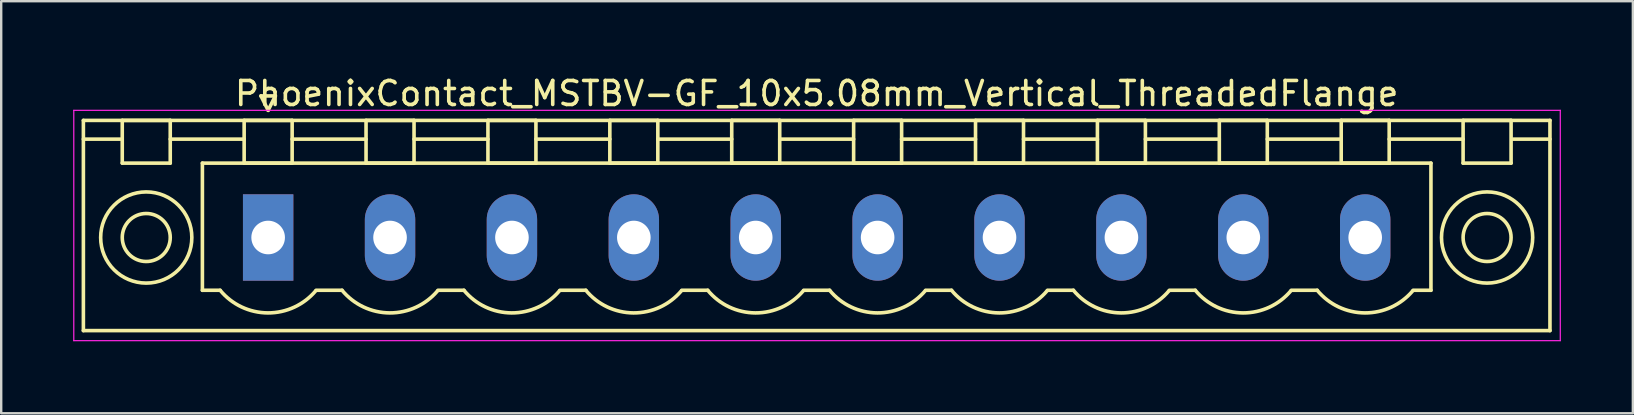
<source format=kicad_pcb>
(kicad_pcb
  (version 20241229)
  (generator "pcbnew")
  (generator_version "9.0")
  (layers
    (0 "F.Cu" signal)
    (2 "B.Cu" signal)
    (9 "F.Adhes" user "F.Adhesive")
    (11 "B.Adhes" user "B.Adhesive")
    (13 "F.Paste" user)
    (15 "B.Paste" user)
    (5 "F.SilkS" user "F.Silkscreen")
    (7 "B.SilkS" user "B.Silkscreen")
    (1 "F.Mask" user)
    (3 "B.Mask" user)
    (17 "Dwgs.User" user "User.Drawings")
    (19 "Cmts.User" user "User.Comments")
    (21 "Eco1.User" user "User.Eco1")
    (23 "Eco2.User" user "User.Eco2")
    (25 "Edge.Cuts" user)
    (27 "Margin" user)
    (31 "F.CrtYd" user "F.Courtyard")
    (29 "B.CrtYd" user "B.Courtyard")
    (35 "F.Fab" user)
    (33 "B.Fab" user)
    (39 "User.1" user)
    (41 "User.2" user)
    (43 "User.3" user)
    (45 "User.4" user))
  (footprint "PhoenixContact_MSTBV-GF_10x5.08mm_Vertical_ThreadedFlange"
    (layer "F.Cu")
    (at 8.125 6.848)
    (property "Reference" "PhoenixContact_MSTBV-GF_10x5.08mm_Vertical_ThreadedFlange" (at 22.86 -6 0) (layer "F.SilkS") (effects (font (size 1 1) (thickness 0.15))))
    (attr through_hole)
    (fp_line (start -7.7 -4.88) (end -7.7 3.88) (stroke (width 0.15) (type solid)) (layer "F.SilkS"))
    (fp_line (start -7.7 -4.1) (end -6.16 -4.1) (stroke (width 0.15) (type solid)) (layer "F.SilkS"))
    (fp_line (start -7.7 3.88) (end 53.42 3.88) (stroke (width 0.15) (type solid)) (layer "F.SilkS"))
    (fp_line (start -6.08 -4.88) (end -4.08 -4.88) (stroke (width 0.15) (type solid)) (layer "F.SilkS"))
    (fp_line (start -6.08 -3.1) (end -6.08 -4.88) (stroke (width 0.15) (type solid)) (layer "F.SilkS"))
    (fp_line (start -4.08 -4.88) (end -4.08 -3.1) (stroke (width 0.15) (type solid)) (layer "F.SilkS"))
    (fp_line (start -4.08 -4.1) (end -1 -4.1) (stroke (width 0.15) (type solid)) (layer "F.SilkS"))
    (fp_line (start -4.08 -3.1) (end -6.08 -3.1) (stroke (width 0.15) (type solid)) (layer "F.SilkS"))
    (fp_line (start -2.74 -3.1) (end 48.46 -3.1) (stroke (width 0.15) (type solid)) (layer "F.SilkS"))
    (fp_line (start -2.74 2.2) (end -2.74 -3.1) (stroke (width 0.15) (type solid)) (layer "F.SilkS"))
    (fp_line (start -2 2.2) (end -2.74 2.2) (stroke (width 0.15) (type solid)) (layer "F.SilkS"))
    (fp_line (start -1 -4.88) (end 1 -4.88) (stroke (width 0.15) (type solid)) (layer "F.SilkS"))
    (fp_line (start -1 -3.1) (end -1 -4.88) (stroke (width 0.15) (type solid)) (layer "F.SilkS"))
    (fp_line (start -0.3 -5.9) (end 0 -5.3) (stroke (width 0.15) (type solid)) (layer "F.SilkS"))
    (fp_line (start 0 -5.3) (end 0.3 -5.9) (stroke (width 0.15) (type solid)) (layer "F.SilkS"))
    (fp_line (start 0.3 -5.9) (end -0.3 -5.9) (stroke (width 0.15) (type solid)) (layer "F.SilkS"))
    (fp_line (start 1 -4.88) (end 1 -3.1) (stroke (width 0.15) (type solid)) (layer "F.SilkS"))
    (fp_line (start 1 -4.1) (end 4.08 -4.1) (stroke (width 0.15) (type solid)) (layer "F.SilkS"))
    (fp_line (start 1 -3.1) (end -1 -3.1) (stroke (width 0.15) (type solid)) (layer "F.SilkS"))
    (fp_line (start 2 2.2) (end 3.08 2.2) (stroke (width 0.15) (type solid)) (layer "F.SilkS"))
    (fp_line (start 4.08 -4.88) (end 6.08 -4.88) (stroke (width 0.15) (type solid)) (layer "F.SilkS"))
    (fp_line (start 4.08 -3.1) (end 4.08 -4.88) (stroke (width 0.15) (type solid)) (layer "F.SilkS"))
    (fp_line (start 6.08 -4.88) (end 6.08 -3.1) (stroke (width 0.15) (type solid)) (layer "F.SilkS"))
    (fp_line (start 6.08 -4.1) (end 9.16 -4.1) (stroke (width 0.15) (type solid)) (layer "F.SilkS"))
    (fp_line (start 6.08 -3.1) (end 4.08 -3.1) (stroke (width 0.15) (type solid)) (layer "F.SilkS"))
    (fp_line (start 7.08 2.2) (end 8.16 2.2) (stroke (width 0.15) (type solid)) (layer "F.SilkS"))
    (fp_line (start 9.16 -4.88) (end 11.16 -4.88) (stroke (width 0.15) (type solid)) (layer "F.SilkS"))
    (fp_line (start 9.16 -3.1) (end 9.16 -4.88) (stroke (width 0.15) (type solid)) (layer "F.SilkS"))
    (fp_line (start 11.16 -4.88) (end 11.16 -3.1) (stroke (width 0.15) (type solid)) (layer "F.SilkS"))
    (fp_line (start 11.16 -4.1) (end 14.24 -4.1) (stroke (width 0.15) (type solid)) (layer "F.SilkS"))
    (fp_line (start 11.16 -3.1) (end 9.16 -3.1) (stroke (width 0.15) (type solid)) (layer "F.SilkS"))
    (fp_line (start 12.16 2.2) (end 13.24 2.2) (stroke (width 0.15) (type solid)) (layer "F.SilkS"))
    (fp_line (start 14.24 -4.88) (end 16.24 -4.88) (stroke (width 0.15) (type solid)) (layer "F.SilkS"))
    (fp_line (start 14.24 -3.1) (end 14.24 -4.88) (stroke (width 0.15) (type solid)) (layer "F.SilkS"))
    (fp_line (start 16.24 -4.88) (end 16.24 -3.1) (stroke (width 0.15) (type solid)) (layer "F.SilkS"))
    (fp_line (start 16.24 -4.1) (end 19.32 -4.1) (stroke (width 0.15) (type solid)) (layer "F.SilkS"))
    (fp_line (start 16.24 -3.1) (end 14.24 -3.1) (stroke (width 0.15) (type solid)) (layer "F.SilkS"))
    (fp_line (start 17.24 2.2) (end 18.32 2.2) (stroke (width 0.15) (type solid)) (layer "F.SilkS"))
    (fp_line (start 19.32 -4.88) (end 21.32 -4.88) (stroke (width 0.15) (type solid)) (layer "F.SilkS"))
    (fp_line (start 19.32 -3.1) (end 19.32 -4.88) (stroke (width 0.15) (type solid)) (layer "F.SilkS"))
    (fp_line (start 21.32 -4.88) (end 21.32 -3.1) (stroke (width 0.15) (type solid)) (layer "F.SilkS"))
    (fp_line (start 21.32 -4.1) (end 24.4 -4.1) (stroke (width 0.15) (type solid)) (layer "F.SilkS"))
    (fp_line (start 21.32 -3.1) (end 19.32 -3.1) (stroke (width 0.15) (type solid)) (layer "F.SilkS"))
    (fp_line (start 22.32 2.2) (end 23.4 2.2) (stroke (width 0.15) (type solid)) (layer "F.SilkS"))
    (fp_line (start 24.4 -4.88) (end 26.4 -4.88) (stroke (width 0.15) (type solid)) (layer "F.SilkS"))
    (fp_line (start 24.4 -3.1) (end 24.4 -4.88) (stroke (width 0.15) (type solid)) (layer "F.SilkS"))
    (fp_line (start 26.4 -4.88) (end 26.4 -3.1) (stroke (width 0.15) (type solid)) (layer "F.SilkS"))
    (fp_line (start 26.4 -4.1) (end 29.48 -4.1) (stroke (width 0.15) (type solid)) (layer "F.SilkS"))
    (fp_line (start 26.4 -3.1) (end 24.4 -3.1) (stroke (width 0.15) (type solid)) (layer "F.SilkS"))
    (fp_line (start 27.4 2.2) (end 28.48 2.2) (stroke (width 0.15) (type solid)) (layer "F.SilkS"))
    (fp_line (start 29.48 -4.88) (end 31.48 -4.88) (stroke (width 0.15) (type solid)) (layer "F.SilkS"))
    (fp_line (start 29.48 -3.1) (end 29.48 -4.88) (stroke (width 0.15) (type solid)) (layer "F.SilkS"))
    (fp_line (start 31.48 -4.88) (end 31.48 -3.1) (stroke (width 0.15) (type solid)) (layer "F.SilkS"))
    (fp_line (start 31.48 -4.1) (end 34.56 -4.1) (stroke (width 0.15) (type solid)) (layer "F.SilkS"))
    (fp_line (start 31.48 -3.1) (end 29.48 -3.1) (stroke (width 0.15) (type solid)) (layer "F.SilkS"))
    (fp_line (start 32.48 2.2) (end 33.56 2.2) (stroke (width 0.15) (type solid)) (layer "F.SilkS"))
    (fp_line (start 34.56 -4.88) (end 36.56 -4.88) (stroke (width 0.15) (type solid)) (layer "F.SilkS"))
    (fp_line (start 34.56 -3.1) (end 34.56 -4.88) (stroke (width 0.15) (type solid)) (layer "F.SilkS"))
    (fp_line (start 36.56 -4.88) (end 36.56 -3.1) (stroke (width 0.15) (type solid)) (layer "F.SilkS"))
    (fp_line (start 36.56 -4.1) (end 39.64 -4.1) (stroke (width 0.15) (type solid)) (layer "F.SilkS"))
    (fp_line (start 36.56 -3.1) (end 34.56 -3.1) (stroke (width 0.15) (type solid)) (layer "F.SilkS"))
    (fp_line (start 37.56 2.2) (end 38.64 2.2) (stroke (width 0.15) (type solid)) (layer "F.SilkS"))
    (fp_line (start 39.64 -4.88) (end 41.64 -4.88) (stroke (width 0.15) (type solid)) (layer "F.SilkS"))
    (fp_line (start 39.64 -3.1) (end 39.64 -4.88) (stroke (width 0.15) (type solid)) (layer "F.SilkS"))
    (fp_line (start 41.64 -4.88) (end 41.64 -3.1) (stroke (width 0.15) (type solid)) (layer "F.SilkS"))
    (fp_line (start 41.64 -4.1) (end 44.72 -4.1) (stroke (width 0.15) (type solid)) (layer "F.SilkS"))
    (fp_line (start 41.64 -3.1) (end 39.64 -3.1) (stroke (width 0.15) (type solid)) (layer "F.SilkS"))
    (fp_line (start 42.64 2.2) (end 43.72 2.2) (stroke (width 0.15) (type solid)) (layer "F.SilkS"))
    (fp_line (start 44.72 -4.88) (end 46.72 -4.88) (stroke (width 0.15) (type solid)) (layer "F.SilkS"))
    (fp_line (start 44.72 -3.1) (end 44.72 -4.88) (stroke (width 0.15) (type solid)) (layer "F.SilkS"))
    (fp_line (start 46.72 -4.88) (end 46.72 -3.1) (stroke (width 0.15) (type solid)) (layer "F.SilkS"))
    (fp_line (start 46.72 -4.1) (end 49.8 -4.1) (stroke (width 0.15) (type solid)) (layer "F.SilkS"))
    (fp_line (start 46.72 -3.1) (end 44.72 -3.1) (stroke (width 0.15) (type solid)) (layer "F.SilkS"))
    (fp_line (start 48.46 -3.1) (end 48.46 2.2) (stroke (width 0.15) (type solid)) (layer "F.SilkS"))
    (fp_line (start 48.46 2.2) (end 47.72 2.2) (stroke (width 0.15) (type solid)) (layer "F.SilkS"))
    (fp_line (start 49.8 -4.88) (end 51.8 -4.88) (stroke (width 0.15) (type solid)) (layer "F.SilkS"))
    (fp_line (start 49.8 -3.1) (end 49.8 -4.88) (stroke (width 0.15) (type solid)) (layer "F.SilkS"))
    (fp_line (start 51.8 -4.88) (end 51.8 -3.1) (stroke (width 0.15) (type solid)) (layer "F.SilkS"))
    (fp_line (start 51.8 -3.1) (end 49.8 -3.1) (stroke (width 0.15) (type solid)) (layer "F.SilkS"))
    (fp_line (start 53.42 -4.88) (end -7.7 -4.88) (stroke (width 0.15) (type solid)) (layer "F.SilkS"))
    (fp_line (start 53.42 -4.1) (end 51.88 -4.1) (stroke (width 0.15) (type solid)) (layer "F.SilkS"))
    (fp_line (start 53.42 3.88) (end 53.42 -4.88) (stroke (width 0.15) (type solid)) (layer "F.SilkS"))
    (fp_arc (start 1.986842 2.215821) (mid -0.010289 3.142758) (end -2 2.2) (stroke (width 0.15) (type solid)) (layer "F.SilkS"))
    (fp_arc (start 7.066842 2.215821) (mid 5.069711 3.142758) (end 3.08 2.2) (stroke (width 0.15) (type solid)) (layer "F.SilkS"))
    (fp_arc (start 12.146842 2.215821) (mid 10.149711 3.142758) (end 8.16 2.2) (stroke (width 0.15) (type solid)) (layer "F.SilkS"))
    (fp_arc (start 17.226842 2.215821) (mid 15.229711 3.142758) (end 13.24 2.2) (stroke (width 0.15) (type solid)) (layer "F.SilkS"))
    (fp_arc (start 22.306842 2.215821) (mid 20.309711 3.142758) (end 18.32 2.2) (stroke (width 0.15) (type solid)) (layer "F.SilkS"))
    (fp_arc (start 27.386842 2.215821) (mid 25.389711 3.142758) (end 23.4 2.2) (stroke (width 0.15) (type solid)) (layer "F.SilkS"))
    (fp_arc (start 32.466842 2.215821) (mid 30.469711 3.142758) (end 28.48 2.2) (stroke (width 0.15) (type solid)) (layer "F.SilkS"))
    (fp_arc (start 37.546842 2.215821) (mid 35.549711 3.142758) (end 33.56 2.2) (stroke (width 0.15) (type solid)) (layer "F.SilkS"))
    (fp_arc (start 42.626842 2.215821) (mid 40.629711 3.142758) (end 38.64 2.2) (stroke (width 0.15) (type solid)) (layer "F.SilkS"))
    (fp_arc (start 47.706842 2.215821) (mid 45.709711 3.142758) (end 43.72 2.2) (stroke (width 0.15) (type solid)) (layer "F.SilkS"))
    (fp_circle (center -5.08 0) (end -4.08 0) (stroke (width 0.15) (type solid)) (fill no) (layer "F.SilkS"))
    (fp_circle (center -5.08 0) (end -3.18 0) (stroke (width 0.15) (type solid)) (fill no) (layer "F.SilkS"))
    (fp_circle (center 50.8 0) (end 51.8 0) (stroke (width 0.15) (type solid)) (fill no) (layer "F.SilkS"))
    (fp_circle (center 50.8 0) (end 52.7 0) (stroke (width 0.15) (type solid)) (fill no) (layer "F.SilkS"))
    (fp_line (start -8.1 -5.3) (end -8.1 4.3) (stroke (width 0.05) (type solid)) (layer "F.CrtYd"))
    (fp_line (start -8.1 4.3) (end 53.85 4.3) (stroke (width 0.05) (type solid)) (layer "F.CrtYd"))
    (fp_line (start 53.85 -5.3) (end -8.1 -5.3) (stroke (width 0.05) (type solid)) (layer "F.CrtYd"))
    (fp_line (start 53.85 4.3) (end 53.85 -5.3) (stroke (width 0.05) (type solid)) (layer "F.CrtYd"))
    (pad "1" thru_hole rect (at 0 0) (size 2.1 3.6) (drill 1.4) (layers "*.Cu" "*.Mask"))
    (pad "2" thru_hole oval (at 5.08 0) (size 2.1 3.6) (drill 1.4) (layers "*.Cu" "*.Mask"))
    (pad "3" thru_hole oval (at 10.16 0) (size 2.1 3.6) (drill 1.4) (layers "*.Cu" "*.Mask"))
    (pad "4" thru_hole oval (at 15.24 0) (size 2.1 3.6) (drill 1.4) (layers "*.Cu" "*.Mask"))
    (pad "5" thru_hole oval (at 20.32 0) (size 2.1 3.6) (drill 1.4) (layers "*.Cu" "*.Mask"))
    (pad "6" thru_hole oval (at 25.4 0) (size 2.1 3.6) (drill 1.4) (layers "*.Cu" "*.Mask"))
    (pad "7" thru_hole oval (at 30.48 0) (size 2.1 3.6) (drill 1.4) (layers "*.Cu" "*.Mask"))
    (pad "8" thru_hole oval (at 35.56 0) (size 2.1 3.6) (drill 1.4) (layers "*.Cu" "*.Mask"))
    (pad "9" thru_hole oval (at 40.64 0) (size 2.1 3.6) (drill 1.4) (layers "*.Cu" "*.Mask"))
    (pad "10" thru_hole oval (at 45.72 0) (size 2.1 3.6) (drill 1.4) (layers "*.Cu" "*.Mask")))
  (gr_rect
    (start -3 -3)
    (end 65 14.173)
    (stroke (width 0.1) (type default))
    (fill no)
    (layer "Edge.Cuts")))
</source>
